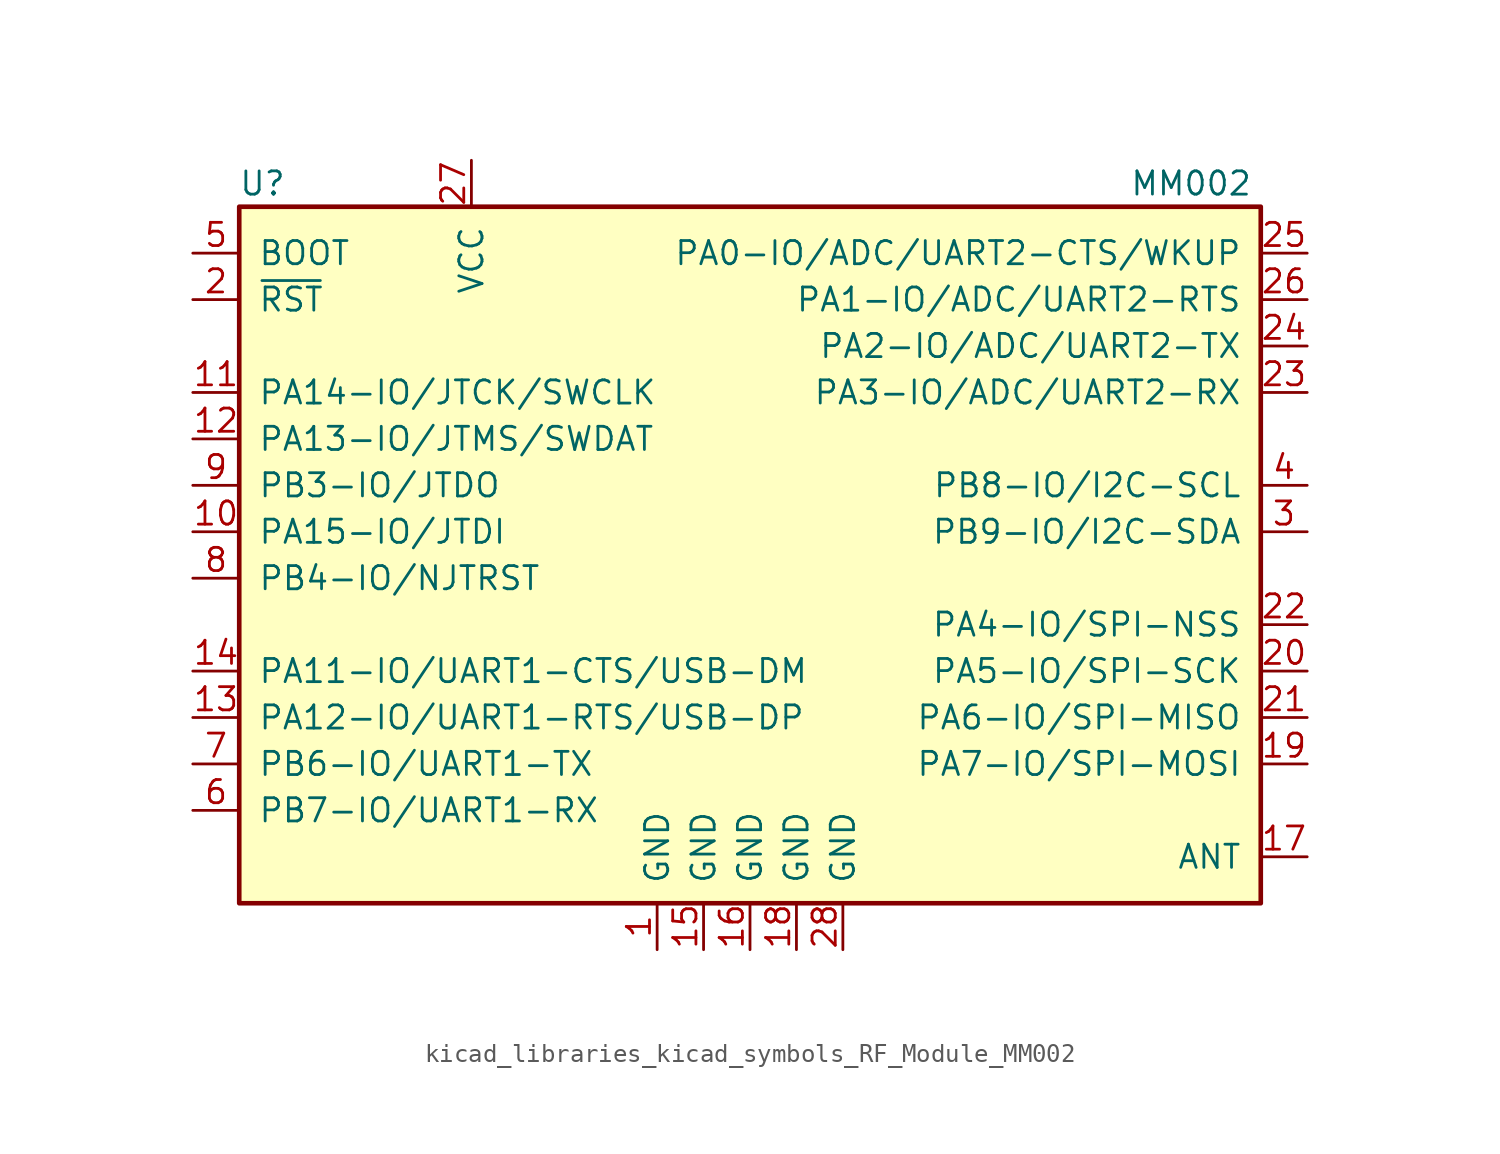
<source format=kicad_sym>
(kicad_symbol_lib
  (version 20220914)
  (generator kicad_symbol_editor)
  (symbol "kicad_libraries_kicad_symbols_RF_Module_MM002"
    (pin_names
      (offset 1.016))
    (property "Reference" "U"
      (at -26.67 21.59 0)
      (effects (font (size 1.27 1.27))))
    (property "Value" "MM002"
      (at 24.13 21.59 0)
      (effects (font (size 1.27 1.27))))
    (symbol "kicad_libraries_kicad_symbols_RF_Module_MM002_0_1"
      (rectangle (start -27.94 20.32) (end 27.94 -17.78) (stroke (width 0.254) (type default)) (fill (type background))))
    (symbol "kicad_libraries_kicad_symbols_RF_Module_MM002_1_1"
      (pin power_in line (at -5.08 -20.32 90) (length 2.54) (name "GND" (effects (font (size 1.27 1.27)))) (number "1" (effects (font (size 1.27 1.27)))))
      (pin bidirectional line (at -30.48 2.54 0) (length 2.54) (name "PA15-IO/JTDI" (effects (font (size 1.27 1.27)))) (number "10" (effects (font (size 1.27 1.27)))))
      (pin bidirectional line (at -30.48 10.16 0) (length 2.54) (name "PA14-IO/JTCK/SWCLK" (effects (font (size 1.27 1.27)))) (number "11" (effects (font (size 1.27 1.27)))))
      (pin bidirectional line (at -30.48 7.62 0) (length 2.54) (name "PA13-IO/JTMS/SWDAT" (effects (font (size 1.27 1.27)))) (number "12" (effects (font (size 1.27 1.27)))))
      (pin bidirectional line (at -30.48 -7.62 0) (length 2.54) (name "PA12-IO/UART1-RTS/USB-DP" (effects (font (size 1.27 1.27)))) (number "13" (effects (font (size 1.27 1.27)))))
      (pin bidirectional line (at -30.48 -5.08 0) (length 2.54) (name "PA11-IO/UART1-CTS/USB-DM" (effects (font (size 1.27 1.27)))) (number "14" (effects (font (size 1.27 1.27)))))
      (pin power_in line (at -2.54 -20.32 90) (length 2.54) (name "GND" (effects (font (size 1.27 1.27)))) (number "15" (effects (font (size 1.27 1.27)))))
      (pin power_in line (at 0 -20.32 90) (length 2.54) (name "GND" (effects (font (size 1.27 1.27)))) (number "16" (effects (font (size 1.27 1.27)))))
      (pin bidirectional line (at 30.48 -15.24 180) (length 2.54) (name "ANT" (effects (font (size 1.27 1.27)))) (number "17" (effects (font (size 1.27 1.27)))))
      (pin power_in line (at 2.54 -20.32 90) (length 2.54) (name "GND" (effects (font (size 1.27 1.27)))) (number "18" (effects (font (size 1.27 1.27)))))
      (pin bidirectional line (at 30.48 -10.16 180) (length 2.54) (name "PA7-IO/SPI-MOSI" (effects (font (size 1.27 1.27)))) (number "19" (effects (font (size 1.27 1.27)))))
      (pin input line (at -30.48 15.24 0) (length 2.54) (name "~{RST}" (effects (font (size 1.27 1.27)))) (number "2" (effects (font (size 1.27 1.27)))))
      (pin bidirectional line (at 30.48 -5.08 180) (length 2.54) (name "PA5-IO/SPI-SCK" (effects (font (size 1.27 1.27)))) (number "20" (effects (font (size 1.27 1.27)))))
      (pin bidirectional line (at 30.48 -7.62 180) (length 2.54) (name "PA6-IO/SPI-MISO" (effects (font (size 1.27 1.27)))) (number "21" (effects (font (size 1.27 1.27)))))
      (pin bidirectional line (at 30.48 -2.54 180) (length 2.54) (name "PA4-IO/SPI-NSS" (effects (font (size 1.27 1.27)))) (number "22" (effects (font (size 1.27 1.27)))))
      (pin bidirectional line (at 30.48 10.16 180) (length 2.54) (name "PA3-IO/ADC/UART2-RX" (effects (font (size 1.27 1.27)))) (number "23" (effects (font (size 1.27 1.27)))))
      (pin bidirectional line (at 30.48 12.7 180) (length 2.54) (name "PA2-IO/ADC/UART2-TX" (effects (font (size 1.27 1.27)))) (number "24" (effects (font (size 1.27 1.27)))))
      (pin bidirectional line (at 30.48 17.78 180) (length 2.54) (name "PA0-IO/ADC/UART2-CTS/WKUP" (effects (font (size 1.27 1.27)))) (number "25" (effects (font (size 1.27 1.27)))))
      (pin bidirectional line (at 30.48 15.24 180) (length 2.54) (name "PA1-IO/ADC/UART2-RTS" (effects (font (size 1.27 1.27)))) (number "26" (effects (font (size 1.27 1.27)))))
      (pin power_in line (at -15.24 22.86 270) (length 2.54) (name "VCC" (effects (font (size 1.27 1.27)))) (number "27" (effects (font (size 1.27 1.27)))))
      (pin power_in line (at 5.08 -20.32 90) (length 2.54) (name "GND" (effects (font (size 1.27 1.27)))) (number "28" (effects (font (size 1.27 1.27)))))
      (pin bidirectional line (at 30.48 2.54 180) (length 2.54) (name "PB9-IO/I2C-SDA" (effects (font (size 1.27 1.27)))) (number "3" (effects (font (size 1.27 1.27)))))
      (pin bidirectional line (at 30.48 5.08 180) (length 2.54) (name "PB8-IO/I2C-SCL" (effects (font (size 1.27 1.27)))) (number "4" (effects (font (size 1.27 1.27)))))
      (pin input line (at -30.48 17.78 0) (length 2.54) (name "BOOT" (effects (font (size 1.27 1.27)))) (number "5" (effects (font (size 1.27 1.27)))))
      (pin bidirectional line (at -30.48 -12.7 0) (length 2.54) (name "PB7-IO/UART1-RX" (effects (font (size 1.27 1.27)))) (number "6" (effects (font (size 1.27 1.27)))))
      (pin bidirectional line (at -30.48 -10.16 0) (length 2.54) (name "PB6-IO/UART1-TX" (effects (font (size 1.27 1.27)))) (number "7" (effects (font (size 1.27 1.27)))))
      (pin input line (at -30.48 0 0) (length 2.54) (name "PB4-IO/NJTRST" (effects (font (size 1.27 1.27)))) (number "8" (effects (font (size 1.27 1.27)))))
      (pin bidirectional line (at -30.48 5.08 0) (length 2.54) (name "PB3-IO/JTDO" (effects (font (size 1.27 1.27)))) (number "9" (effects (font (size 1.27 1.27))))))))
</source>
